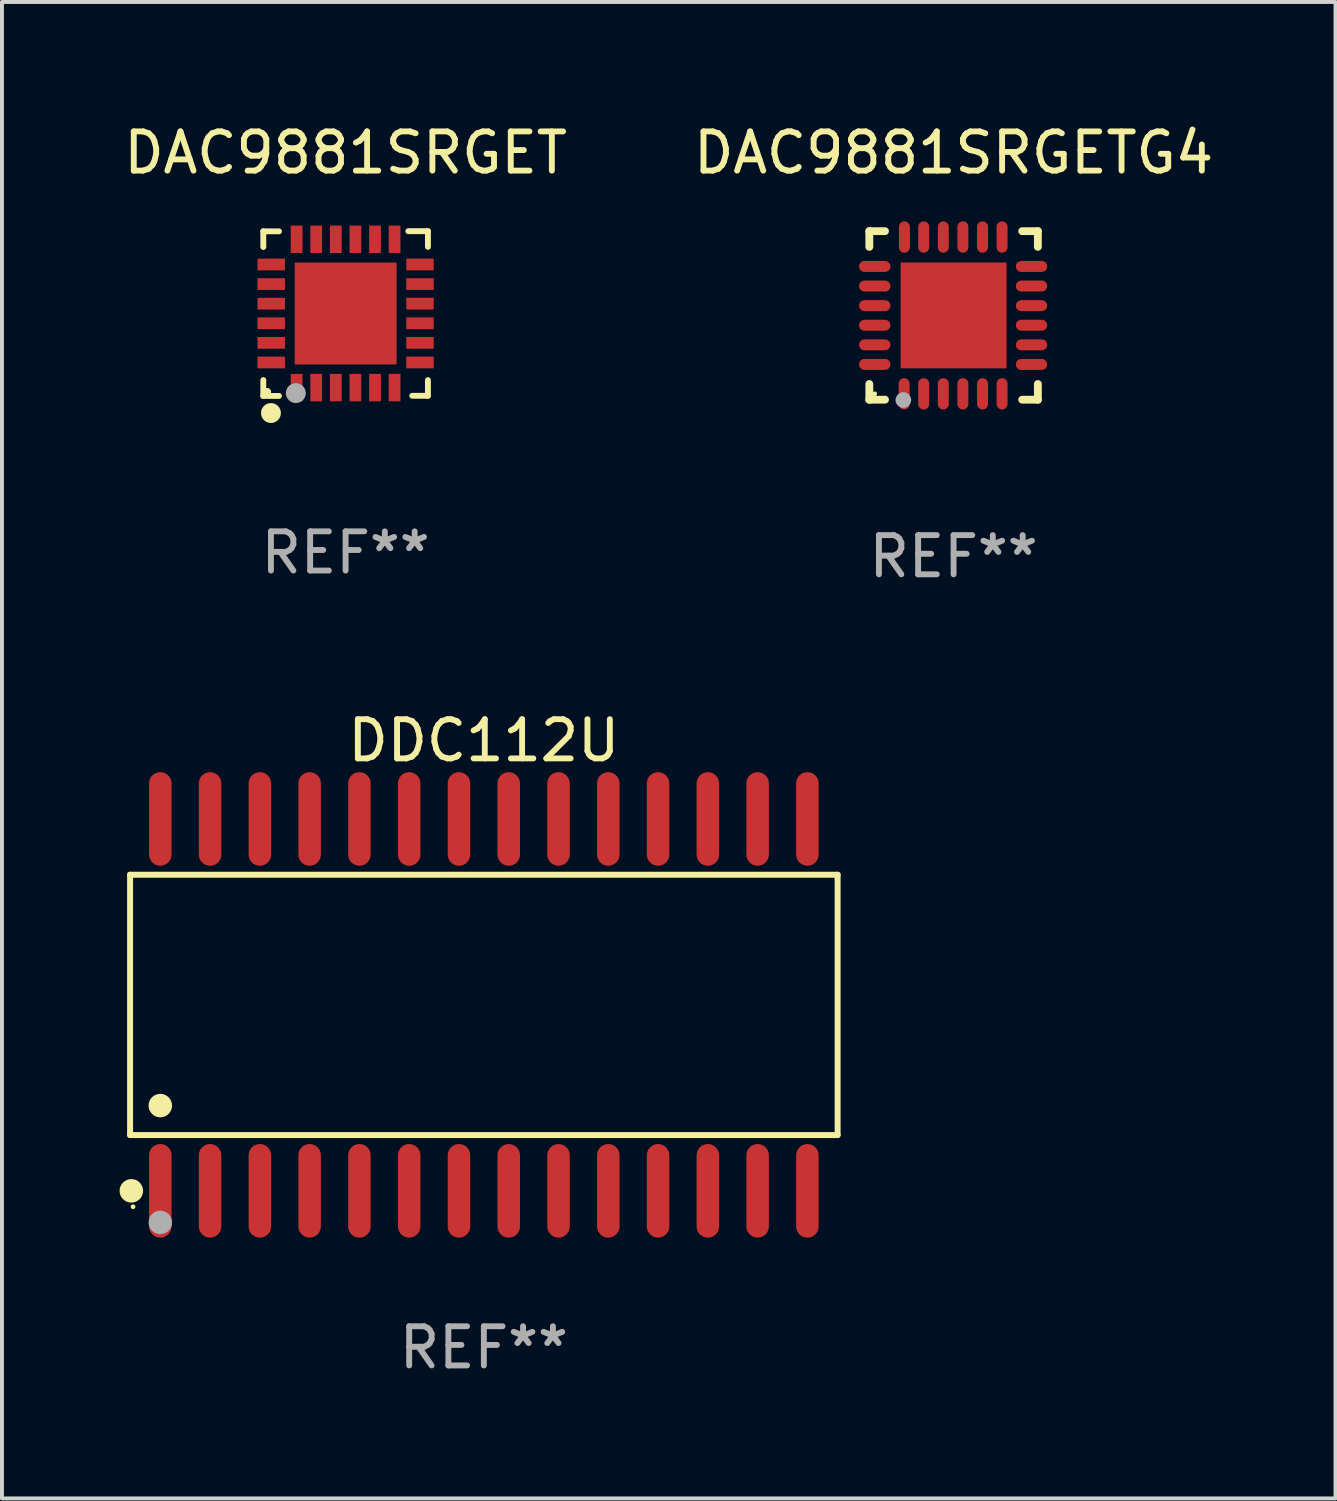
<source format=kicad_pcb>
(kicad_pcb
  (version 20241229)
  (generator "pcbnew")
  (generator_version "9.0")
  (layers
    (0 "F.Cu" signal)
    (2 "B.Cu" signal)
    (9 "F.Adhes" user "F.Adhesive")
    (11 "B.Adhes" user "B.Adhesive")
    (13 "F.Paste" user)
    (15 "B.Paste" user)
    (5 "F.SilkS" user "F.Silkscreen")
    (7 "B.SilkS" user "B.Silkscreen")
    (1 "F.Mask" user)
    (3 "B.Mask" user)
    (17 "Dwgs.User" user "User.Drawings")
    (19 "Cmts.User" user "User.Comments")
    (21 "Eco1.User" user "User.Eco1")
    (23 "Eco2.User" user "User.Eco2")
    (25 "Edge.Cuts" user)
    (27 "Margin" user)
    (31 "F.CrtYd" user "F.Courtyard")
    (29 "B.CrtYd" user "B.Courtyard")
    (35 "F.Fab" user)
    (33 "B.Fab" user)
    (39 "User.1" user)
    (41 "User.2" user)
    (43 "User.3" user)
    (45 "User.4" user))
  (footprint "DAC9881SRGETG4"
    (layer "F.Cu")
    (at 21.28 4.998)
    (property "Reference" "DAC9881SRGETG4" (at 0 -4.15 0) (layer "F.SilkS") (effects (font (size 1 1) (thickness 0.15))))
    (attr through_hole)
    (fp_line (start -2.15 -2.15) (end -1.75 -2.15) (stroke (width 0.2) (type solid)) (layer "F.SilkS"))
    (fp_line (start -2.15 -1.75) (end -2.15 -2.15) (stroke (width 0.2) (type solid)) (layer "F.SilkS"))
    (fp_line (start -2.15 2.15) (end -2.15 1.75) (stroke (width 0.2) (type solid)) (layer "F.SilkS"))
    (fp_line (start -1.75 2.15) (end -2.15 2.15) (stroke (width 0.2) (type solid)) (layer "F.SilkS"))
    (fp_line (start 2.15 -2.15) (end 1.75 -2.15) (stroke (width 0.2) (type solid)) (layer "F.SilkS"))
    (fp_line (start 2.15 -1.75) (end 2.15 -2.15) (stroke (width 0.2) (type solid)) (layer "F.SilkS"))
    (fp_line (start 2.15 1.75) (end 2.15 2.15) (stroke (width 0.2) (type solid)) (layer "F.SilkS"))
    (fp_line (start 2.15 2.15) (end 1.75 2.15) (stroke (width 0.2) (type solid)) (layer "F.SilkS"))
    (fp_circle (center -2.013 2) (end -1.983 2) (stroke (width 0.06) (type solid)) (fill no) (layer "F.SilkS"))
    (fp_circle (center -1.282 2.159) (end -1.182 2.159) (stroke (width 0.2) (type solid)) (fill no) (layer "F.Fab"))
    (fp_text user "REF**" (at 0 6.15 0) (layer "F.Fab") (effects (font (size 1 1) (thickness 0.15))))
    (pad "1" smd oval (at -1.262 2) (size 0.28 0.8) (layers "F.Cu" "F.Mask" "F.Paste"))
    (pad "2" smd oval (at -0.763 2) (size 0.28 0.8) (layers "F.Cu" "F.Mask" "F.Paste"))
    (pad "3" smd oval (at -0.262 2) (size 0.28 0.8) (layers "F.Cu" "F.Mask" "F.Paste"))
    (pad "4" smd oval (at 0.237 2) (size 0.28 0.8) (layers "F.Cu" "F.Mask" "F.Paste"))
    (pad "5" smd oval (at 0.738 2) (size 0.28 0.8) (layers "F.Cu" "F.Mask" "F.Paste"))
    (pad "6" smd oval (at 1.237 2) (size 0.28 0.8) (layers "F.Cu" "F.Mask" "F.Paste"))
    (pad "7" smd oval (at 1.988 1.25) (size 0.8 0.28) (layers "F.Cu" "F.Mask" "F.Paste"))
    (pad "8" smd oval (at 1.988 0.75) (size 0.8 0.28) (layers "F.Cu" "F.Mask" "F.Paste"))
    (pad "9" smd oval (at 1.988 0.25) (size 0.8 0.28) (layers "F.Cu" "F.Mask" "F.Paste"))
    (pad "10" smd oval (at 1.988 -0.25) (size 0.8 0.28) (layers "F.Cu" "F.Mask" "F.Paste"))
    (pad "11" smd oval (at 1.988 -0.75) (size 0.8 0.28) (layers "F.Cu" "F.Mask" "F.Paste"))
    (pad "12" smd oval (at 1.988 -1.25) (size 0.8 0.28) (layers "F.Cu" "F.Mask" "F.Paste"))
    (pad "13" smd oval (at 1.237 -2) (size 0.28 0.8) (layers "F.Cu" "F.Mask" "F.Paste"))
    (pad "14" smd oval (at 0.738 -2) (size 0.28 0.8) (layers "F.Cu" "F.Mask" "F.Paste"))
    (pad "15" smd oval (at 0.237 -2) (size 0.28 0.8) (layers "F.Cu" "F.Mask" "F.Paste"))
    (pad "16" smd oval (at -0.262 -2) (size 0.28 0.8) (layers "F.Cu" "F.Mask" "F.Paste"))
    (pad "17" smd oval (at -0.763 -2) (size 0.28 0.8) (layers "F.Cu" "F.Mask" "F.Paste"))
    (pad "18" smd oval (at -1.255 -2) (size 0.28 0.8) (layers "F.Cu" "F.Mask" "F.Paste"))
    (pad "19" smd oval (at -2.012 -1.25) (size 0.8 0.28) (layers "F.Cu" "F.Mask" "F.Paste"))
    (pad "20" smd oval (at -2.012 -0.75) (size 0.8 0.28) (layers "F.Cu" "F.Mask" "F.Paste"))
    (pad "21" smd oval (at -2.012 -0.25) (size 0.8 0.28) (layers "F.Cu" "F.Mask" "F.Paste"))
    (pad "22" smd oval (at -2.012 0.25) (size 0.8 0.28) (layers "F.Cu" "F.Mask" "F.Paste"))
    (pad "23" smd oval (at -2.012 0.75) (size 0.8 0.28) (layers "F.Cu" "F.Mask" "F.Paste"))
    (pad "24" smd oval (at -2.012 1.25) (size 0.8 0.28) (layers "F.Cu" "F.Mask" "F.Paste"))
    (pad "25" smd rect (at -0.000013 -0.000025) (size 2.7 2.7) (layers "F.Cu" "F.Mask" "F.Paste")))
  (footprint "DDC112U"
    (layer "F.Cu")
    (at 9.295 22.589)
    (property "Reference" "DDC112U" (at 0 -6.744 0) (layer "F.SilkS") (effects (font (size 1 1) (thickness 0.15))))
    (attr through_hole)
    (fp_line (start -9.026 -3.321) (end 9.026 -3.321) (stroke (width 0.152) (type solid)) (layer "F.SilkS"))
    (fp_line (start -9.026 3.321) (end -9.026 -3.321) (stroke (width 0.152) (type solid)) (layer "F.SilkS"))
    (fp_line (start 9.026 -3.321) (end 9.026 3.321) (stroke (width 0.152) (type solid)) (layer "F.SilkS"))
    (fp_line (start 9.026 3.321) (end -9.026 3.321) (stroke (width 0.152) (type solid)) (layer "F.SilkS"))
    (fp_circle (center -8.994 4.744) (end -8.844 4.744) (stroke (width 0.3) (type solid)) (fill no) (layer "F.SilkS"))
    (fp_circle (center -8.95 5.15) (end -8.92 5.15) (stroke (width 0.06) (type solid)) (fill no) (layer "F.SilkS"))
    (fp_circle (center -8.255 2.569) (end -8.105 2.569) (stroke (width 0.3) (type solid)) (fill no) (layer "F.SilkS"))
    (fp_circle (center -8.255 5.55) (end -8.105 5.55) (stroke (width 0.3) (type solid)) (fill no) (layer "F.Fab"))
    (fp_text user "REF**" (at 0 8.744 0) (layer "F.Fab") (effects (font (size 1 1) (thickness 0.15))))
    (pad "1" smd oval (at -8.255 4.744) (size 0.574 2.388) (layers "F.Cu" "F.Mask" "F.Paste"))
    (pad "2" smd oval (at -6.985 4.744) (size 0.574 2.388) (layers "F.Cu" "F.Mask" "F.Paste"))
    (pad "3" smd oval (at -5.715 4.744) (size 0.574 2.388) (layers "F.Cu" "F.Mask" "F.Paste"))
    (pad "4" smd oval (at -4.445 4.744) (size 0.574 2.388) (layers "F.Cu" "F.Mask" "F.Paste"))
    (pad "5" smd oval (at -3.175 4.744) (size 0.574 2.388) (layers "F.Cu" "F.Mask" "F.Paste"))
    (pad "6" smd oval (at -1.905 4.744) (size 0.574 2.388) (layers "F.Cu" "F.Mask" "F.Paste"))
    (pad "7" smd oval (at -0.635 4.744) (size 0.574 2.388) (layers "F.Cu" "F.Mask" "F.Paste"))
    (pad "8" smd oval (at 0.635 4.744) (size 0.574 2.388) (layers "F.Cu" "F.Mask" "F.Paste"))
    (pad "9" smd oval (at 1.905 4.744) (size 0.574 2.388) (layers "F.Cu" "F.Mask" "F.Paste"))
    (pad "10" smd oval (at 3.175 4.744) (size 0.574 2.388) (layers "F.Cu" "F.Mask" "F.Paste"))
    (pad "11" smd oval (at 4.445 4.744) (size 0.574 2.388) (layers "F.Cu" "F.Mask" "F.Paste"))
    (pad "12" smd oval (at 5.715 4.744) (size 0.574 2.388) (layers "F.Cu" "F.Mask" "F.Paste"))
    (pad "13" smd oval (at 6.985 4.744) (size 0.574 2.388) (layers "F.Cu" "F.Mask" "F.Paste"))
    (pad "14" smd oval (at 8.255 4.744) (size 0.574 2.388) (layers "F.Cu" "F.Mask" "F.Paste"))
    (pad "15" smd oval (at 8.255 -4.744) (size 0.574 2.388) (layers "F.Cu" "F.Mask" "F.Paste"))
    (pad "16" smd oval (at 6.985 -4.744) (size 0.574 2.388) (layers "F.Cu" "F.Mask" "F.Paste"))
    (pad "17" smd oval (at 5.715 -4.744) (size 0.574 2.388) (layers "F.Cu" "F.Mask" "F.Paste"))
    (pad "18" smd oval (at 4.445 -4.744) (size 0.574 2.388) (layers "F.Cu" "F.Mask" "F.Paste"))
    (pad "19" smd oval (at 3.175 -4.744) (size 0.574 2.388) (layers "F.Cu" "F.Mask" "F.Paste"))
    (pad "20" smd oval (at 1.905 -4.744) (size 0.574 2.388) (layers "F.Cu" "F.Mask" "F.Paste"))
    (pad "21" smd oval (at 0.635 -4.744) (size 0.574 2.388) (layers "F.Cu" "F.Mask" "F.Paste"))
    (pad "22" smd oval (at -0.635 -4.744) (size 0.574 2.388) (layers "F.Cu" "F.Mask" "F.Paste"))
    (pad "23" smd oval (at -1.905 -4.744) (size 0.574 2.388) (layers "F.Cu" "F.Mask" "F.Paste"))
    (pad "24" smd oval (at -3.175 -4.744) (size 0.574 2.388) (layers "F.Cu" "F.Mask" "F.Paste"))
    (pad "25" smd oval (at -4.445 -4.744) (size 0.574 2.388) (layers "F.Cu" "F.Mask" "F.Paste"))
    (pad "26" smd oval (at -5.715 -4.744) (size 0.574 2.388) (layers "F.Cu" "F.Mask" "F.Paste"))
    (pad "27" smd oval (at -6.985 -4.744) (size 0.574 2.388) (layers "F.Cu" "F.Mask" "F.Paste"))
    (pad "28" smd oval (at -8.255 -4.744) (size 0.574 2.388) (layers "F.Cu" "F.Mask" "F.Paste")))
  (footprint "DAC9881SRGET"
    (layer "F.Cu")
    (at 5.768 4.95)
    (property "Reference" "DAC9881SRGET" (at 0 -4.102 0) (layer "F.SilkS") (effects (font (size 1 1) (thickness 0.15))))
    (attr through_hole)
    (fp_line (start -2.1 -2.098) (end -1.7 -2.098) (stroke (width 0.15) (type solid)) (layer "F.SilkS"))
    (fp_line (start -2.1 -1.698) (end -2.1 -2.098) (stroke (width 0.15) (type solid)) (layer "F.SilkS"))
    (fp_line (start -2.1 2.102) (end -2.1 1.698) (stroke (width 0.15) (type solid)) (layer "F.SilkS"))
    (fp_line (start -1.7 2.102) (end -2.1 2.102) (stroke (width 0.15) (type solid)) (layer "F.SilkS"))
    (fp_line (start 1.6 -2.102) (end 2.1 -2.102) (stroke (width 0.15) (type solid)) (layer "F.SilkS"))
    (fp_line (start 1.7 2.098) (end 2.1 2.098) (stroke (width 0.15) (type solid)) (layer "F.SilkS"))
    (fp_line (start 2.1 -2.102) (end 2.1 -1.702) (stroke (width 0.15) (type solid)) (layer "F.SilkS"))
    (fp_line (start 2.1 2.098) (end 2.1 1.698) (stroke (width 0.15) (type solid)) (layer "F.SilkS"))
    (fp_circle (center -2 1.998) (end -1.95 1.998) (stroke (width 0.1) (type solid)) (fill no) (layer "F.SilkS"))
    (fp_circle (center -1.905 2.538) (end -1.778 2.538) (stroke (width 0.254) (type solid)) (fill no) (layer "F.SilkS"))
    (fp_circle (center -1.27 2.03) (end -1.143 2.03) (stroke (width 0.254) (type solid)) (fill no) (layer "F.Fab"))
    (fp_text user "REF**" (at 0 6.102 0) (layer "F.Fab") (effects (font (size 1 1) (thickness 0.15))))
    (pad "1" smd rect (at -1.25 1.89 180) (size 0.3 0.7) (layers "F.Cu" "F.Mask" "F.Paste"))
    (pad "2" smd rect (at -0.75 1.889 180) (size 0.3 0.7) (layers "F.Cu" "F.Mask" "F.Paste"))
    (pad "3" smd rect (at -0.25 1.889 180) (size 0.3 0.7) (layers "F.Cu" "F.Mask" "F.Paste"))
    (pad "4" smd rect (at 0.25 1.889 180) (size 0.3 0.7) (layers "F.Cu" "F.Mask" "F.Paste"))
    (pad "5" smd rect (at 0.75 1.889 180) (size 0.3 0.7) (layers "F.Cu" "F.Mask" "F.Paste"))
    (pad "6" smd rect (at 1.25 1.889 180) (size 0.3 0.7) (layers "F.Cu" "F.Mask" "F.Paste"))
    (pad "7" smd rect (at 1.898 1.248 270) (size 0.3 0.7) (layers "F.Cu" "F.Mask" "F.Paste"))
    (pad "8" smd rect (at 1.898 0.748 270) (size 0.3 0.7) (layers "F.Cu" "F.Mask" "F.Paste"))
    (pad "9" smd rect (at 1.898 0.248 270) (size 0.3 0.7) (layers "F.Cu" "F.Mask" "F.Paste"))
    (pad "10" smd rect (at 1.898 -0.252 270) (size 0.3 0.7) (layers "F.Cu" "F.Mask" "F.Paste"))
    (pad "11" smd rect (at 1.898 -0.752 270) (size 0.3 0.7) (layers "F.Cu" "F.Mask" "F.Paste"))
    (pad "12" smd rect (at 1.898 -1.252 270) (size 0.3 0.7) (layers "F.Cu" "F.Mask" "F.Paste"))
    (pad "13" smd rect (at 1.25 -1.894) (size 0.3 0.7) (layers "F.Cu" "F.Mask" "F.Paste"))
    (pad "14" smd rect (at 0.75 -1.894) (size 0.3 0.7) (layers "F.Cu" "F.Mask" "F.Paste"))
    (pad "15" smd rect (at 0.25 -1.894) (size 0.3 0.7) (layers "F.Cu" "F.Mask" "F.Paste"))
    (pad "16" smd rect (at -0.25 -1.894) (size 0.3 0.7) (layers "F.Cu" "F.Mask" "F.Paste"))
    (pad "17" smd rect (at -0.75 -1.894) (size 0.3 0.7) (layers "F.Cu" "F.Mask" "F.Paste"))
    (pad "18" smd rect (at -1.25 -1.894) (size 0.3 0.7) (layers "F.Cu" "F.Mask" "F.Paste"))
    (pad "19" smd rect (at -1.898 -1.252 90) (size 0.3 0.7) (layers "F.Cu" "F.Mask" "F.Paste"))
    (pad "20" smd rect (at -1.898 -0.752 90) (size 0.3 0.7) (layers "F.Cu" "F.Mask" "F.Paste"))
    (pad "21" smd rect (at -1.898 -0.252 90) (size 0.3 0.7) (layers "F.Cu" "F.Mask" "F.Paste"))
    (pad "22" smd rect (at -1.898 0.248 90) (size 0.3 0.7) (layers "F.Cu" "F.Mask" "F.Paste"))
    (pad "23" smd rect (at -1.898 0.748 90) (size 0.3 0.7) (layers "F.Cu" "F.Mask" "F.Paste"))
    (pad "24" smd rect (at -1.898 1.248 90) (size 0.3 0.7) (layers "F.Cu" "F.Mask" "F.Paste"))
    (pad "25" smd rect (at 0.001 -0.001 90) (size 2.6 2.6) (layers "F.Cu" "F.Mask" "F.Paste")))
  (gr_rect
    (start -3 -3)
    (end 31.024 35.181)
    (stroke (width 0.1) (type default))
    (fill no)
    (layer "Edge.Cuts")))
</source>
